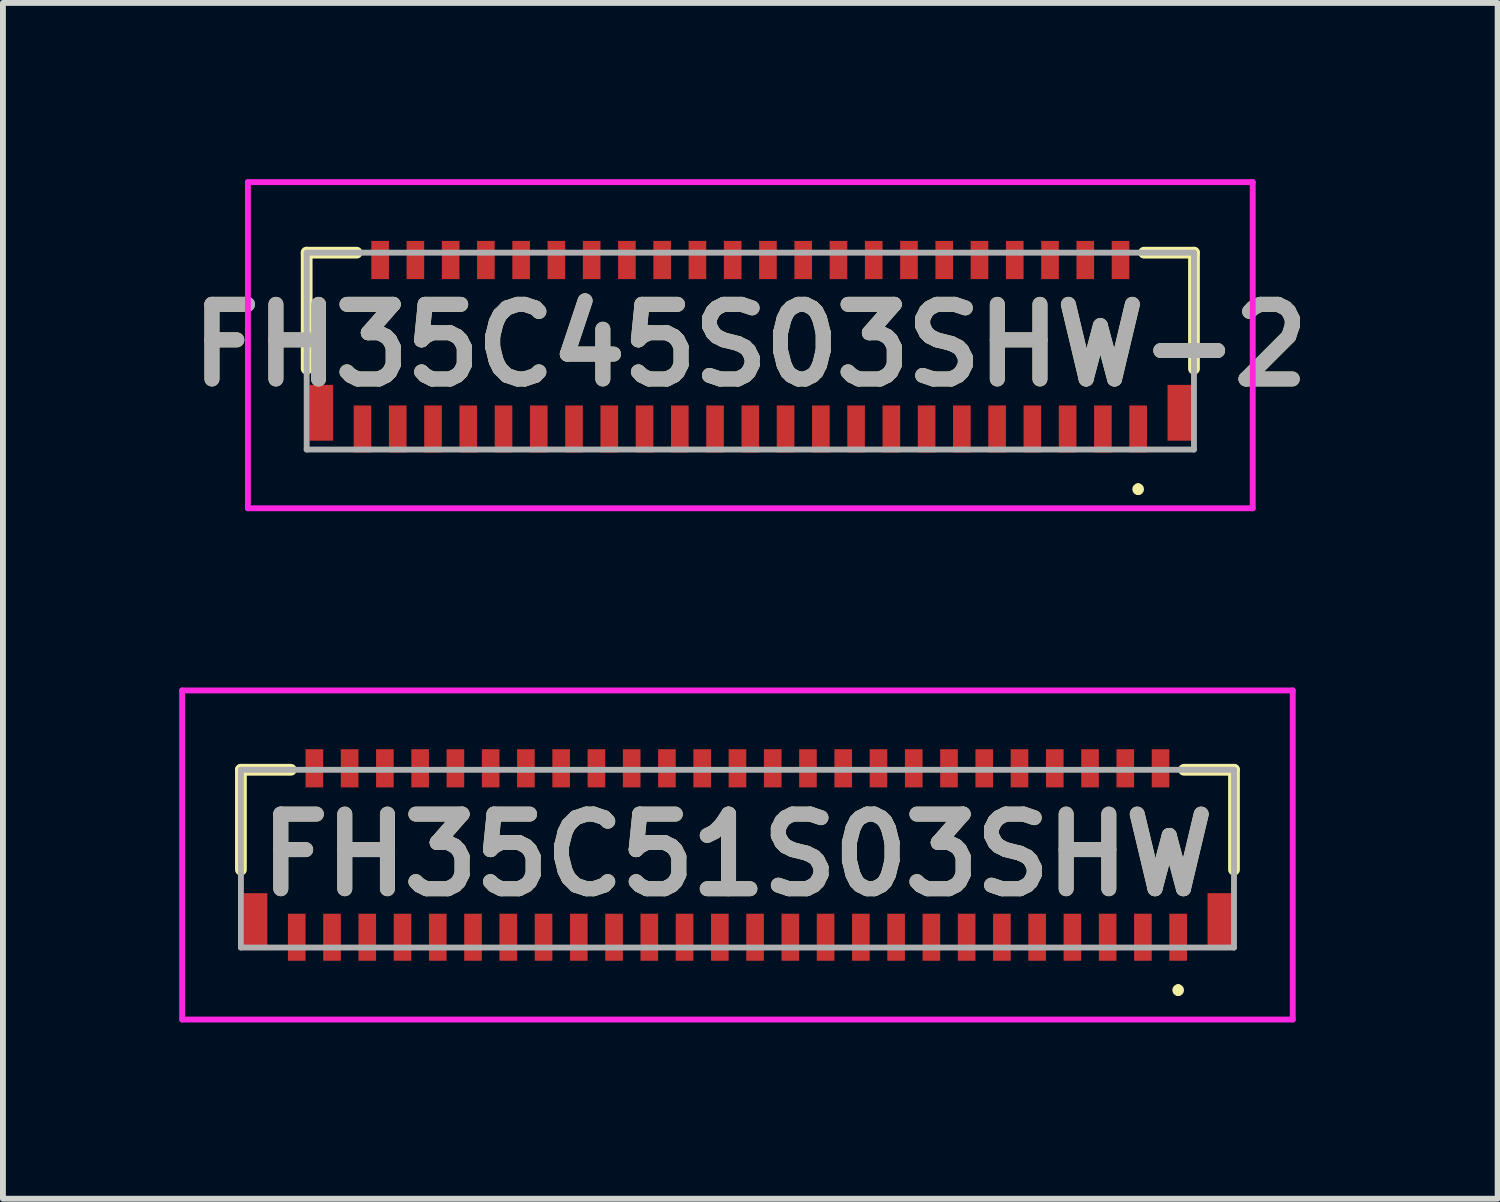
<source format=kicad_pcb>
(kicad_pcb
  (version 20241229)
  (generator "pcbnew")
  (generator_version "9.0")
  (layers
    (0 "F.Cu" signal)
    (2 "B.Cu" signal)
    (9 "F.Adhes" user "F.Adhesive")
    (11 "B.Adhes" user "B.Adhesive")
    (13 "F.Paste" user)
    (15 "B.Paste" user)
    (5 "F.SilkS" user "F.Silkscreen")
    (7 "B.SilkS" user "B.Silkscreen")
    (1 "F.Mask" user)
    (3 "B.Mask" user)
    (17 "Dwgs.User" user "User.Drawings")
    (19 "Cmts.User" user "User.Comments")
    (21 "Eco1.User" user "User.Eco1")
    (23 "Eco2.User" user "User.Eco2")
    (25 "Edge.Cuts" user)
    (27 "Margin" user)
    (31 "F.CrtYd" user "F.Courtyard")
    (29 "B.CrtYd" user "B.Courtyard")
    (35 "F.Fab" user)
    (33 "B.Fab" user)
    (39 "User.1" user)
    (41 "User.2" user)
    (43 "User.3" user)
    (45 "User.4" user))
  (footprint "FH35C45S03SHW-2"
    (layer "F.Cu")
    (at 9.719 2.925)
    (property "Reference" "FH35C45S03SHW-2" (at 0 -0.1 0) (layer "F.SilkS") (effects (font (size 1.27 1.27) (thickness 0.254))))
    (attr smd)
    (fp_line (start -7.55 -1.675) (end -6.7 -1.675) (stroke (width 0.2) (type solid)) (layer "F.SilkS"))
    (fp_line (start -7.55 0.3) (end -7.55 -1.675) (stroke (width 0.2) (type solid)) (layer "F.SilkS"))
    (fp_line (start 6.6 2.3) (end 6.6 2.3) (stroke (width 0.1) (type solid)) (layer "F.SilkS"))
    (fp_line (start 6.6 2.4) (end 6.6 2.4) (stroke (width 0.1) (type solid)) (layer "F.SilkS"))
    (fp_line (start 6.7 -1.675) (end 7.55 -1.675) (stroke (width 0.2) (type solid)) (layer "F.SilkS"))
    (fp_line (start 7.55 -1.675) (end 7.55 0.3) (stroke (width 0.2) (type solid)) (layer "F.SilkS"))
    (fp_arc (start 6.6 2.3) (mid 6.65 2.35) (end 6.6 2.4) (stroke (width 0.1) (type solid)) (layer "F.SilkS"))
    (fp_arc (start 6.6 2.4) (mid 6.55 2.35) (end 6.6 2.3) (stroke (width 0.1) (type solid)) (layer "F.SilkS"))
    (fp_line (start -8.55 -2.875) (end 8.55 -2.875) (stroke (width 0.1) (type solid)) (layer "F.CrtYd"))
    (fp_line (start -8.55 2.675) (end -8.55 -2.875) (stroke (width 0.1) (type solid)) (layer "F.CrtYd"))
    (fp_line (start 8.55 -2.875) (end 8.55 2.675) (stroke (width 0.1) (type solid)) (layer "F.CrtYd"))
    (fp_line (start 8.55 2.675) (end -8.55 2.675) (stroke (width 0.1) (type solid)) (layer "F.CrtYd"))
    (fp_line (start -7.55 -1.675) (end -7.55 1.675) (stroke (width 0.1) (type solid)) (layer "F.Fab"))
    (fp_line (start -7.55 1.675) (end 7.55 1.675) (stroke (width 0.1) (type solid)) (layer "F.Fab"))
    (fp_line (start 7.55 -1.675) (end -7.55 -1.675) (stroke (width 0.1) (type solid)) (layer "F.Fab"))
    (fp_line (start 7.55 1.675) (end 7.55 -1.675) (stroke (width 0.1) (type solid)) (layer "F.Fab"))
    (fp_text user "${REFERENCE}" (at 0 -0.1 0) (layer "F.Fab") (effects (font (size 1.27 1.27) (thickness 0.254))))
    (pad "1" smd rect (at -6.6 1.325) (size 0.3 0.8) (layers "F.Cu" "F.Mask" "F.Paste"))
    (pad "2" smd rect (at -6.3 -1.55) (size 0.3 0.65) (layers "F.Cu" "F.Mask" "F.Paste"))
    (pad "3" smd rect (at -6 1.325) (size 0.3 0.8) (layers "F.Cu" "F.Mask" "F.Paste"))
    (pad "4" smd rect (at -5.7 -1.55) (size 0.3 0.65) (layers "F.Cu" "F.Mask" "F.Paste"))
    (pad "5" smd rect (at -5.4 1.325) (size 0.3 0.8) (layers "F.Cu" "F.Mask" "F.Paste"))
    (pad "6" smd rect (at -5.1 -1.55) (size 0.3 0.65) (layers "F.Cu" "F.Mask" "F.Paste"))
    (pad "7" smd rect (at -4.8 1.325) (size 0.3 0.8) (layers "F.Cu" "F.Mask" "F.Paste"))
    (pad "8" smd rect (at -4.5 -1.55) (size 0.3 0.65) (layers "F.Cu" "F.Mask" "F.Paste"))
    (pad "9" smd rect (at -4.2 1.325) (size 0.3 0.8) (layers "F.Cu" "F.Mask" "F.Paste"))
    (pad "10" smd rect (at -3.9 -1.55) (size 0.3 0.65) (layers "F.Cu" "F.Mask" "F.Paste"))
    (pad "11" smd rect (at -3.6 1.325) (size 0.3 0.8) (layers "F.Cu" "F.Mask" "F.Paste"))
    (pad "12" smd rect (at -3.3 -1.55) (size 0.3 0.65) (layers "F.Cu" "F.Mask" "F.Paste"))
    (pad "13" smd rect (at -3 1.325) (size 0.3 0.8) (layers "F.Cu" "F.Mask" "F.Paste"))
    (pad "14" smd rect (at -2.7 -1.55) (size 0.3 0.65) (layers "F.Cu" "F.Mask" "F.Paste"))
    (pad "15" smd rect (at -2.4 1.325) (size 0.3 0.8) (layers "F.Cu" "F.Mask" "F.Paste"))
    (pad "16" smd rect (at -2.1 -1.55) (size 0.3 0.65) (layers "F.Cu" "F.Mask" "F.Paste"))
    (pad "17" smd rect (at -1.8 1.325) (size 0.3 0.8) (layers "F.Cu" "F.Mask" "F.Paste"))
    (pad "18" smd rect (at -1.5 -1.55) (size 0.3 0.65) (layers "F.Cu" "F.Mask" "F.Paste"))
    (pad "19" smd rect (at -1.2 1.325) (size 0.3 0.8) (layers "F.Cu" "F.Mask" "F.Paste"))
    (pad "20" smd rect (at -0.9 -1.55) (size 0.3 0.65) (layers "F.Cu" "F.Mask" "F.Paste"))
    (pad "21" smd rect (at -0.6 1.325) (size 0.3 0.8) (layers "F.Cu" "F.Mask" "F.Paste"))
    (pad "22" smd rect (at -0.3 -1.55) (size 0.3 0.65) (layers "F.Cu" "F.Mask" "F.Paste"))
    (pad "23" smd rect (at 0 1.325) (size 0.3 0.8) (layers "F.Cu" "F.Mask" "F.Paste"))
    (pad "24" smd rect (at 0.3 -1.55) (size 0.3 0.65) (layers "F.Cu" "F.Mask" "F.Paste"))
    (pad "25" smd rect (at 0.6 1.325) (size 0.3 0.8) (layers "F.Cu" "F.Mask" "F.Paste"))
    (pad "26" smd rect (at 0.9 -1.55) (size 0.3 0.65) (layers "F.Cu" "F.Mask" "F.Paste"))
    (pad "27" smd rect (at 1.2 1.325) (size 0.3 0.8) (layers "F.Cu" "F.Mask" "F.Paste"))
    (pad "28" smd rect (at 1.5 -1.55) (size 0.3 0.65) (layers "F.Cu" "F.Mask" "F.Paste"))
    (pad "29" smd rect (at 1.8 1.325) (size 0.3 0.8) (layers "F.Cu" "F.Mask" "F.Paste"))
    (pad "30" smd rect (at 2.1 -1.55) (size 0.3 0.65) (layers "F.Cu" "F.Mask" "F.Paste"))
    (pad "31" smd rect (at 2.4 1.325) (size 0.3 0.8) (layers "F.Cu" "F.Mask" "F.Paste"))
    (pad "32" smd rect (at 2.7 -1.55) (size 0.3 0.65) (layers "F.Cu" "F.Mask" "F.Paste"))
    (pad "33" smd rect (at 3 1.325) (size 0.3 0.8) (layers "F.Cu" "F.Mask" "F.Paste"))
    (pad "34" smd rect (at 3.3 -1.55) (size 0.3 0.65) (layers "F.Cu" "F.Mask" "F.Paste"))
    (pad "35" smd rect (at 3.6 1.325) (size 0.3 0.8) (layers "F.Cu" "F.Mask" "F.Paste"))
    (pad "36" smd rect (at 3.9 -1.55) (size 0.3 0.65) (layers "F.Cu" "F.Mask" "F.Paste"))
    (pad "37" smd rect (at 4.2 1.325) (size 0.3 0.8) (layers "F.Cu" "F.Mask" "F.Paste"))
    (pad "38" smd rect (at 4.5 -1.55) (size 0.3 0.65) (layers "F.Cu" "F.Mask" "F.Paste"))
    (pad "39" smd rect (at 4.8 1.325) (size 0.3 0.8) (layers "F.Cu" "F.Mask" "F.Paste"))
    (pad "40" smd rect (at 5.1 -1.55) (size 0.3 0.65) (layers "F.Cu" "F.Mask" "F.Paste"))
    (pad "41" smd rect (at 5.4 1.325) (size 0.3 0.8) (layers "F.Cu" "F.Mask" "F.Paste"))
    (pad "42" smd rect (at 5.7 -1.55) (size 0.3 0.65) (layers "F.Cu" "F.Mask" "F.Paste"))
    (pad "43" smd rect (at 6 1.325) (size 0.3 0.8) (layers "F.Cu" "F.Mask" "F.Paste"))
    (pad "44" smd rect (at 6.3 -1.55) (size 0.3 0.65) (layers "F.Cu" "F.Mask" "F.Paste"))
    (pad "45" smd rect (at 6.6 1.325) (size 0.3 0.8) (layers "F.Cu" "F.Mask" "F.Paste"))
    (pad "MP1" smd rect (at 7.3 1.05) (size 0.4 0.95) (layers "F.Cu" "F.Mask" "F.Paste"))
    (pad "MP2" smd rect (at -7.3 1.05) (size 0.4 0.95) (layers "F.Cu" "F.Mask" "F.Paste")))
  (footprint "FH35C51S03SHW"
    (layer "F.Cu")
    (at 9.5 11.55)
    (property "Reference" "FH35C51S03SHW" (at 0 -0.05 0) (layer "F.SilkS") (effects (font (size 1.27 1.27) (thickness 0.254))))
    (attr smd)
    (fp_line (start -8.45 -1.5) (end -8.45 0.2) (stroke (width 0.2) (type solid)) (layer "F.SilkS"))
    (fp_line (start -7.6 -1.5) (end -8.45 -1.5) (stroke (width 0.2) (type solid)) (layer "F.SilkS"))
    (fp_line (start 7.5 2.2) (end 7.5 2.2) (stroke (width 0.1) (type solid)) (layer "F.SilkS"))
    (fp_line (start 7.5 2.3) (end 7.5 2.3) (stroke (width 0.1) (type solid)) (layer "F.SilkS"))
    (fp_line (start 7.6 -1.5) (end 8.45 -1.5) (stroke (width 0.2) (type solid)) (layer "F.SilkS"))
    (fp_line (start 8.45 -1.5) (end 8.45 0.2) (stroke (width 0.2) (type solid)) (layer "F.SilkS"))
    (fp_arc (start 7.5 2.2) (mid 7.55 2.25) (end 7.5 2.3) (stroke (width 0.1) (type solid)) (layer "F.SilkS"))
    (fp_arc (start 7.5 2.3) (mid 7.45 2.25) (end 7.5 2.2) (stroke (width 0.1) (type solid)) (layer "F.SilkS"))
    (fp_line (start -9.45 -2.85) (end 9.45 -2.85) (stroke (width 0.1) (type solid)) (layer "F.CrtYd"))
    (fp_line (start -9.45 2.75) (end -9.45 -2.85) (stroke (width 0.1) (type solid)) (layer "F.CrtYd"))
    (fp_line (start 9.45 -2.85) (end 9.45 2.75) (stroke (width 0.1) (type solid)) (layer "F.CrtYd"))
    (fp_line (start 9.45 2.75) (end -9.45 2.75) (stroke (width 0.1) (type solid)) (layer "F.CrtYd"))
    (fp_line (start -8.45 -1.5) (end 8.45 -1.5) (stroke (width 0.1) (type solid)) (layer "F.Fab"))
    (fp_line (start -8.45 1.525) (end -8.45 -1.5) (stroke (width 0.1) (type solid)) (layer "F.Fab"))
    (fp_line (start 8.45 -1.5) (end 8.45 1.525) (stroke (width 0.1) (type solid)) (layer "F.Fab"))
    (fp_line (start 8.45 1.525) (end -8.45 1.525) (stroke (width 0.1) (type solid)) (layer "F.Fab"))
    (fp_text user "${REFERENCE}" (at 0 -0.05 0) (layer "F.Fab") (effects (font (size 1.27 1.27) (thickness 0.254))))
    (pad "1" smd rect (at 7.5 1.35) (size 0.3 0.8) (layers "F.Cu" "F.Mask" "F.Paste"))
    (pad "2" smd rect (at 7.2 -1.525) (size 0.3 0.65) (layers "F.Cu" "F.Mask" "F.Paste"))
    (pad "3" smd rect (at 6.9 1.35) (size 0.3 0.8) (layers "F.Cu" "F.Mask" "F.Paste"))
    (pad "4" smd rect (at 6.6 -1.525) (size 0.3 0.65) (layers "F.Cu" "F.Mask" "F.Paste"))
    (pad "5" smd rect (at 6.3 1.35) (size 0.3 0.8) (layers "F.Cu" "F.Mask" "F.Paste"))
    (pad "6" smd rect (at 6 -1.525) (size 0.3 0.65) (layers "F.Cu" "F.Mask" "F.Paste"))
    (pad "7" smd rect (at 5.7 1.35) (size 0.3 0.8) (layers "F.Cu" "F.Mask" "F.Paste"))
    (pad "8" smd rect (at 5.4 -1.525) (size 0.3 0.65) (layers "F.Cu" "F.Mask" "F.Paste"))
    (pad "9" smd rect (at 5.1 1.35) (size 0.3 0.8) (layers "F.Cu" "F.Mask" "F.Paste"))
    (pad "10" smd rect (at 4.8 -1.525) (size 0.3 0.65) (layers "F.Cu" "F.Mask" "F.Paste"))
    (pad "11" smd rect (at 4.5 1.35) (size 0.3 0.8) (layers "F.Cu" "F.Mask" "F.Paste"))
    (pad "12" smd rect (at 4.2 -1.525) (size 0.3 0.65) (layers "F.Cu" "F.Mask" "F.Paste"))
    (pad "13" smd rect (at 3.9 1.35) (size 0.3 0.8) (layers "F.Cu" "F.Mask" "F.Paste"))
    (pad "14" smd rect (at 3.6 -1.525) (size 0.3 0.65) (layers "F.Cu" "F.Mask" "F.Paste"))
    (pad "15" smd rect (at 3.3 1.35) (size 0.3 0.8) (layers "F.Cu" "F.Mask" "F.Paste"))
    (pad "16" smd rect (at 3 -1.525) (size 0.3 0.65) (layers "F.Cu" "F.Mask" "F.Paste"))
    (pad "17" smd rect (at 2.7 1.35) (size 0.3 0.8) (layers "F.Cu" "F.Mask" "F.Paste"))
    (pad "18" smd rect (at 2.4 -1.525) (size 0.3 0.65) (layers "F.Cu" "F.Mask" "F.Paste"))
    (pad "19" smd rect (at 2.1 1.35) (size 0.3 0.8) (layers "F.Cu" "F.Mask" "F.Paste"))
    (pad "20" smd rect (at 1.8 -1.525) (size 0.3 0.65) (layers "F.Cu" "F.Mask" "F.Paste"))
    (pad "21" smd rect (at 1.5 1.35) (size 0.3 0.8) (layers "F.Cu" "F.Mask" "F.Paste"))
    (pad "22" smd rect (at 1.2 -1.525) (size 0.3 0.65) (layers "F.Cu" "F.Mask" "F.Paste"))
    (pad "23" smd rect (at 0.9 1.35) (size 0.3 0.8) (layers "F.Cu" "F.Mask" "F.Paste"))
    (pad "24" smd rect (at 0.6 -1.525) (size 0.3 0.65) (layers "F.Cu" "F.Mask" "F.Paste"))
    (pad "25" smd rect (at 0.3 1.35) (size 0.3 0.8) (layers "F.Cu" "F.Mask" "F.Paste"))
    (pad "26" smd rect (at 0 -1.525) (size 0.3 0.65) (layers "F.Cu" "F.Mask" "F.Paste"))
    (pad "27" smd rect (at -0.3 1.35) (size 0.3 0.8) (layers "F.Cu" "F.Mask" "F.Paste"))
    (pad "28" smd rect (at -0.6 -1.525) (size 0.3 0.65) (layers "F.Cu" "F.Mask" "F.Paste"))
    (pad "29" smd rect (at -0.9 1.35) (size 0.3 0.8) (layers "F.Cu" "F.Mask" "F.Paste"))
    (pad "30" smd rect (at -1.2 -1.525) (size 0.3 0.65) (layers "F.Cu" "F.Mask" "F.Paste"))
    (pad "31" smd rect (at -1.5 1.35) (size 0.3 0.8) (layers "F.Cu" "F.Mask" "F.Paste"))
    (pad "32" smd rect (at -1.8 -1.525) (size 0.3 0.65) (layers "F.Cu" "F.Mask" "F.Paste"))
    (pad "33" smd rect (at -2.1 1.35) (size 0.3 0.8) (layers "F.Cu" "F.Mask" "F.Paste"))
    (pad "34" smd rect (at -2.4 -1.525) (size 0.3 0.65) (layers "F.Cu" "F.Mask" "F.Paste"))
    (pad "35" smd rect (at -2.7 1.35) (size 0.3 0.8) (layers "F.Cu" "F.Mask" "F.Paste"))
    (pad "36" smd rect (at -3 -1.525) (size 0.3 0.65) (layers "F.Cu" "F.Mask" "F.Paste"))
    (pad "37" smd rect (at -3.3 1.35) (size 0.3 0.8) (layers "F.Cu" "F.Mask" "F.Paste"))
    (pad "38" smd rect (at -3.6 -1.525) (size 0.3 0.65) (layers "F.Cu" "F.Mask" "F.Paste"))
    (pad "39" smd rect (at -3.9 1.35) (size 0.3 0.8) (layers "F.Cu" "F.Mask" "F.Paste"))
    (pad "40" smd rect (at -4.2 -1.525) (size 0.3 0.65) (layers "F.Cu" "F.Mask" "F.Paste"))
    (pad "41" smd rect (at -4.5 1.35) (size 0.3 0.8) (layers "F.Cu" "F.Mask" "F.Paste"))
    (pad "42" smd rect (at -4.8 -1.525) (size 0.3 0.65) (layers "F.Cu" "F.Mask" "F.Paste"))
    (pad "43" smd rect (at -5.1 1.35) (size 0.3 0.8) (layers "F.Cu" "F.Mask" "F.Paste"))
    (pad "44" smd rect (at -5.4 -1.525) (size 0.3 0.65) (layers "F.Cu" "F.Mask" "F.Paste"))
    (pad "45" smd rect (at -5.7 1.35) (size 0.3 0.8) (layers "F.Cu" "F.Mask" "F.Paste"))
    (pad "46" smd rect (at -6 -1.525) (size 0.3 0.65) (layers "F.Cu" "F.Mask" "F.Paste"))
    (pad "47" smd rect (at -6.3 1.35) (size 0.3 0.8) (layers "F.Cu" "F.Mask" "F.Paste"))
    (pad "48" smd rect (at -6.6 -1.525) (size 0.3 0.65) (layers "F.Cu" "F.Mask" "F.Paste"))
    (pad "49" smd rect (at -6.9 1.35) (size 0.3 0.8) (layers "F.Cu" "F.Mask" "F.Paste"))
    (pad "50" smd rect (at -7.2 -1.525) (size 0.3 0.65) (layers "F.Cu" "F.Mask" "F.Paste"))
    (pad "51" smd rect (at -7.5 1.35) (size 0.3 0.8) (layers "F.Cu" "F.Mask" "F.Paste"))
    (pad "MP1" smd rect (at 8.2 1.075) (size 0.4 0.95) (layers "F.Cu" "F.Mask" "F.Paste"))
    (pad "MP2" smd rect (at -8.2 1.075) (size 0.4 0.95) (layers "F.Cu" "F.Mask" "F.Paste")))
  (gr_rect
    (start -3 -3)
    (end 22.437 17.35)
    (stroke (width 0.1) (type default))
    (fill no)
    (layer "Edge.Cuts")))
</source>
